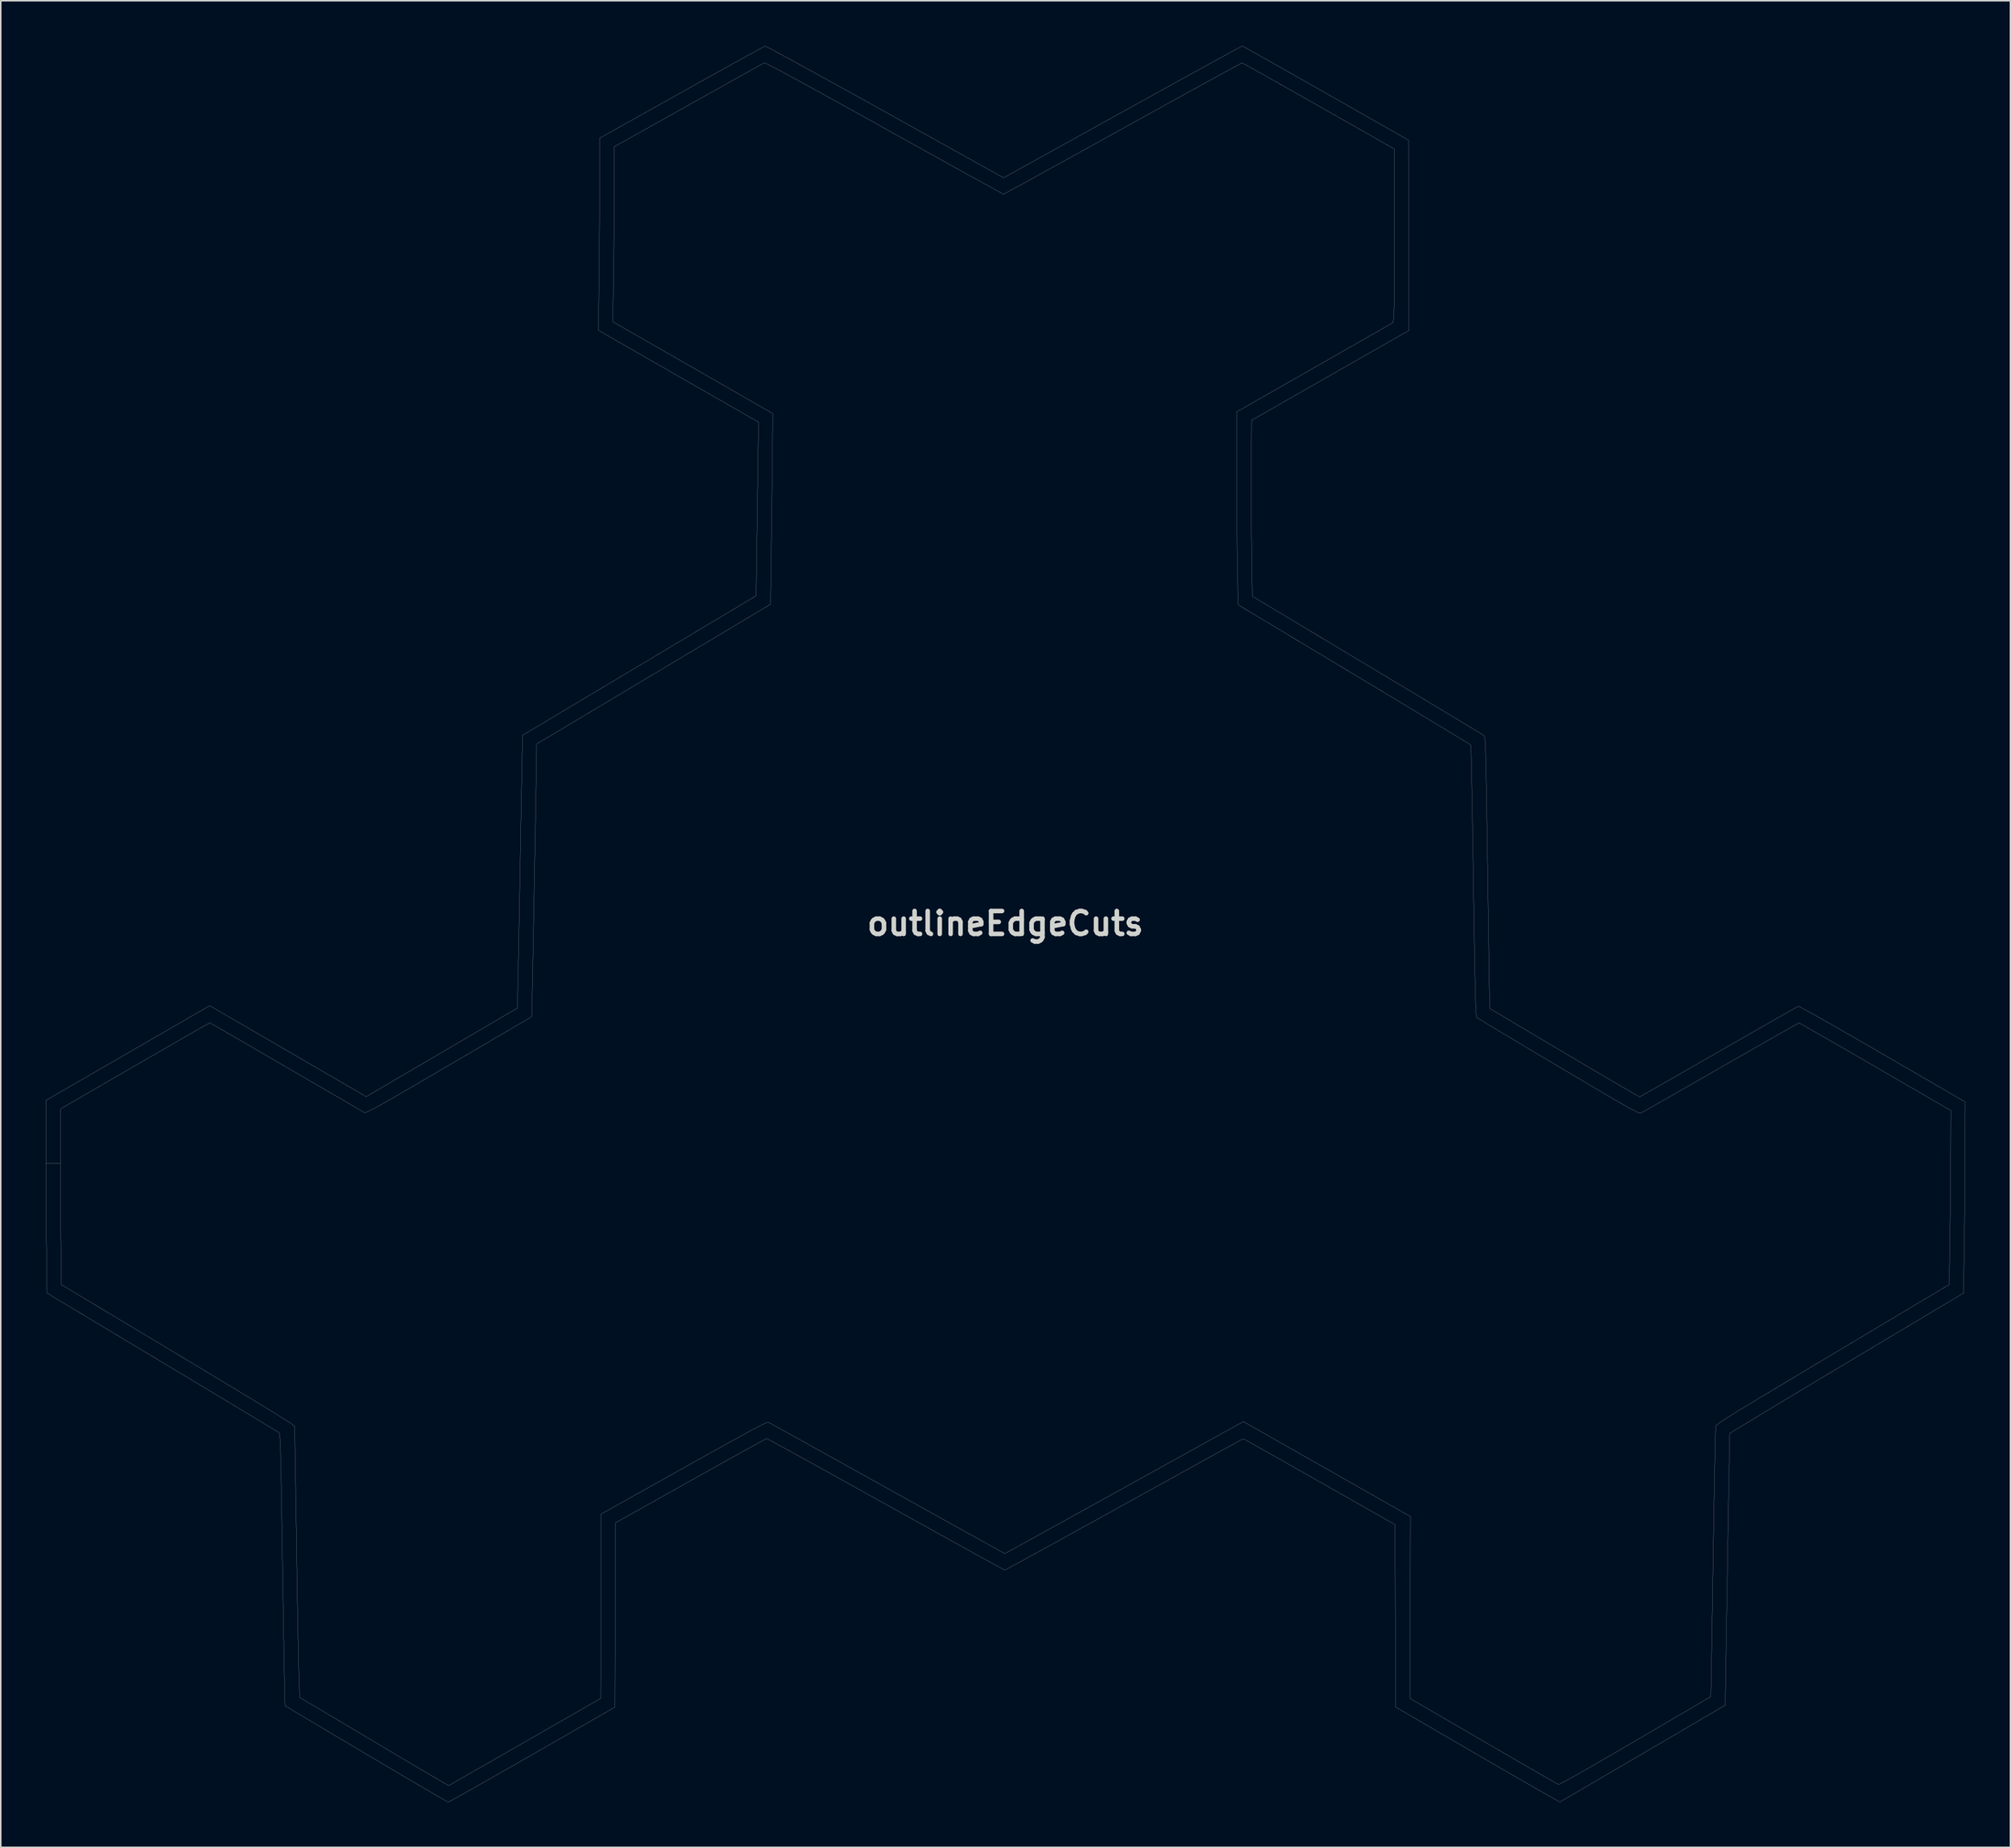
<source format=kicad_pcb>
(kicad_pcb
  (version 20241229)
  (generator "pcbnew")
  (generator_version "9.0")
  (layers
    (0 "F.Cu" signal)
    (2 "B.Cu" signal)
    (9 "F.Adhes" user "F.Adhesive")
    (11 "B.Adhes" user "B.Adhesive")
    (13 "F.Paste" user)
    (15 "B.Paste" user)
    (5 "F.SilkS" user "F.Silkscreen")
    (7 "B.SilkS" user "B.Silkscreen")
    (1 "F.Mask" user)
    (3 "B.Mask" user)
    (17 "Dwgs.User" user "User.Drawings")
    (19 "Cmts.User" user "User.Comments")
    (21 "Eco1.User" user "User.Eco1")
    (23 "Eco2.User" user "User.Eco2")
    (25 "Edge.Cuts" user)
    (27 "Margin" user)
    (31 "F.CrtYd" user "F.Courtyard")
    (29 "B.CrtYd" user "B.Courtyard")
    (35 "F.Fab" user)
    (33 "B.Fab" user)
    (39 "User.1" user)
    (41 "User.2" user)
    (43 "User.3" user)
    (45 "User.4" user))
  (footprint "outlineEdgeCuts"
    (layer "F.Cu")
    (at 63.688 58.296)
    (property "Reference" "outlineEdgeCuts" (at 0 0 0) (layer "Edge.Cuts") (effects (font (size 1.524 1.524) (thickness 0.3))))
    (attr through_hole)
    (fp_poly (pts (xy 15.79 -58.26) (xy 15.954 -58.17) (xy 16.213 -58.026) (xy 16.56 -57.831) (xy 16.988 -57.591) (xy 17.488 -57.309) (xy 18.054 -56.989) (xy 18.678 -56.636) (xy 19.352 -56.254) (xy 20.069 -55.847) (xy 20.821 -55.419) (xy 21.273 -55.162) (xy 26.765 -52.037) (xy 26.781 -45.717) (xy 26.798 -39.397) (xy 21.574 -36.413) (xy 16.351 -33.428) (xy 16.331 -30.637) (xy 16.328 -29.938) (xy 16.327 -29.145) (xy 16.328 -28.292) (xy 16.331 -27.41) (xy 16.337 -26.534) (xy 16.344 -25.695) (xy 16.353 -24.928) (xy 16.354 -24.793) (xy 16.398 -21.742) (xy 24.026 -17.161) (xy 24.931 -16.618) (xy 25.806 -16.091) (xy 26.647 -15.586) (xy 27.446 -15.106) (xy 28.197 -14.654) (xy 28.894 -14.234) (xy 29.531 -13.85) (xy 30.101 -13.506) (xy 30.599 -13.206) (xy 31.017 -12.954) (xy 31.35 -12.752) (xy 31.591 -12.605) (xy 31.734 -12.518) (xy 31.772 -12.493) (xy 31.789 -12.477) (xy 31.804 -12.45) (xy 31.818 -12.405) (xy 31.83 -12.337) (xy 31.842 -12.24) (xy 31.853 -12.106) (xy 31.864 -11.931) (xy 31.874 -11.707) (xy 31.884 -11.429) (xy 31.894 -11.09) (xy 31.904 -10.684) (xy 31.914 -10.205) (xy 31.925 -9.647) (xy 31.937 -9.004) (xy 31.949 -8.269) (xy 31.963 -7.436) (xy 31.977 -6.5) (xy 31.993 -5.453) (xy 32.011 -4.29) (xy 32.024 -3.383) (xy 32.158 5.64) (xy 37.108 8.583) (xy 37.834 9.014) (xy 38.529 9.425) (xy 39.186 9.813) (xy 39.797 10.172) (xy 40.353 10.498) (xy 40.847 10.787) (xy 41.272 11.033) (xy 41.62 11.233) (xy 41.882 11.381) (xy 42.051 11.474) (xy 42.119 11.506) (xy 42.12 11.506) (xy 42.183 11.473) (xy 42.348 11.38) (xy 42.608 11.233) (xy 42.955 11.036) (xy 43.381 10.793) (xy 43.878 10.509) (xy 44.44 10.188) (xy 45.057 9.834) (xy 45.723 9.452) (xy 46.43 9.047) (xy 47.169 8.623) (xy 47.367 8.509) (xy 48.114 8.08) (xy 48.832 7.668) (xy 49.511 7.279) (xy 50.144 6.917) (xy 50.723 6.586) (xy 51.241 6.29) (xy 51.69 6.034) (xy 52.062 5.823) (xy 52.349 5.661) (xy 52.543 5.552) (xy 52.637 5.501) (xy 52.644 5.497) (xy 52.711 5.524) (xy 52.881 5.61) (xy 53.146 5.753) (xy 53.499 5.948) (xy 53.934 6.191) (xy 54.442 6.478) (xy 55.017 6.805) (xy 55.653 7.168) (xy 56.34 7.564) (xy 57.074 7.987) (xy 57.846 8.434) (xy 58.23 8.656) (xy 63.722 11.849) (xy 63.712 15.275) (xy 63.709 16.055) (xy 63.704 16.905) (xy 63.698 17.795) (xy 63.691 18.695) (xy 63.682 19.577) (xy 63.673 20.411) (xy 63.664 21.167) (xy 63.657 21.624) (xy 63.612 24.547) (xy 55.866 29.177) (xy 54.955 29.722) (xy 54.075 30.249) (xy 53.231 30.755) (xy 52.43 31.237) (xy 51.677 31.69) (xy 50.979 32.111) (xy 50.341 32.496) (xy 49.771 32.842) (xy 49.274 33.144) (xy 48.856 33.399) (xy 48.524 33.603) (xy 48.283 33.753) (xy 48.14 33.845) (xy 48.1 33.874) (xy 48.097 33.945) (xy 48.092 34.135) (xy 48.085 34.437) (xy 48.076 34.845) (xy 48.066 35.351) (xy 48.055 35.948) (xy 48.043 36.629) (xy 48.029 37.386) (xy 48.015 38.212) (xy 47.999 39.101) (xy 47.983 40.044) (xy 47.967 41.035) (xy 47.95 42.066) (xy 47.936 42.931) (xy 47.791 51.922) (xy 42.332 55.123) (xy 41.568 55.571) (xy 40.835 56.001) (xy 40.139 56.409) (xy 39.49 56.789) (xy 38.893 57.138) (xy 38.357 57.452) (xy 37.889 57.725) (xy 37.496 57.955) (xy 37.187 58.135) (xy 36.967 58.263) (xy 36.845 58.333) (xy 36.822 58.345) (xy 36.761 58.317) (xy 36.598 58.229) (xy 36.34 58.085) (xy 35.995 57.89) (xy 35.57 57.649) (xy 35.073 57.364) (xy 34.51 57.041) (xy 33.891 56.684) (xy 33.222 56.298) (xy 32.51 55.885) (xy 31.763 55.452) (xy 31.339 55.205) (xy 25.909 52.045) (xy 25.876 39.929) (xy 20.862 37.078) (xy 20.127 36.66) (xy 19.424 36.261) (xy 18.76 35.885) (xy 18.143 35.536) (xy 17.581 35.219) (xy 17.081 34.937) (xy 16.653 34.697) (xy 16.302 34.501) (xy 16.038 34.354) (xy 15.869 34.261) (xy 15.801 34.227) (xy 15.8 34.227) (xy 15.74 34.257) (xy 15.575 34.345) (xy 15.312 34.488) (xy 14.957 34.683) (xy 14.515 34.925) (xy 13.995 35.211) (xy 13.4 35.539) (xy 12.739 35.903) (xy 12.018 36.302) (xy 11.242 36.731) (xy 10.418 37.187) (xy 9.552 37.666) (xy 8.651 38.166) (xy 7.892 38.586) (xy 6.966 39.1) (xy 6.071 39.596) (xy 5.211 40.071) (xy 4.395 40.522) (xy 3.627 40.946) (xy 2.915 41.339) (xy 2.265 41.697) (xy 1.682 42.017) (xy 1.174 42.296) (xy 0.746 42.529) (xy 0.406 42.714) (xy 0.158 42.847) (xy 0.011 42.925) (xy -0.032 42.945) (xy -0.094 42.915) (xy -0.26 42.826) (xy -0.525 42.682) (xy -0.882 42.487) (xy -1.324 42.244) (xy -1.846 41.956) (xy -2.441 41.627) (xy -3.102 41.261) (xy -3.824 40.861) (xy -4.6 40.43) (xy -5.424 39.972) (xy -6.289 39.491) (xy -7.189 38.99) (xy -7.933 38.575) (xy -8.857 38.06) (xy -9.751 37.563) (xy -10.609 37.086) (xy -11.424 36.633) (xy -12.19 36.208) (xy -12.901 35.815) (xy -13.55 35.456) (xy -14.131 35.136) (xy -14.638 34.857) (xy -15.064 34.623) (xy -15.404 34.438) (xy -15.65 34.305) (xy -15.797 34.228) (xy -15.839 34.209) (xy -15.903 34.24) (xy -16.07 34.328) (xy -16.332 34.471) (xy -16.68 34.662) (xy -17.108 34.898) (xy -17.606 35.174) (xy -18.167 35.486) (xy -18.784 35.829) (xy -19.447 36.2) (xy -20.15 36.593) (xy -20.884 37.004) (xy -20.892 37.009) (xy -25.876 39.806) (xy -25.892 45.926) (xy -25.909 52.047) (xy -31.403 55.202) (xy -32.173 55.643) (xy -32.912 56.066) (xy -33.613 56.466) (xy -34.268 56.84) (xy -34.871 57.182) (xy -35.413 57.489) (xy -35.887 57.757) (xy -36.285 57.98) (xy -36.601 58.156) (xy -36.825 58.279) (xy -36.952 58.346) (xy -36.978 58.356) (xy -37.043 58.325) (xy -37.209 58.232) (xy -37.469 58.084) (xy -37.816 57.883) (xy -38.242 57.635) (xy -38.74 57.344) (xy -39.302 57.015) (xy -39.92 56.651) (xy -40.587 56.257) (xy -41.295 55.838) (xy -42.038 55.398) (xy -42.421 55.17) (xy -43.177 54.721) (xy -43.901 54.291) (xy -44.588 53.883) (xy -45.228 53.502) (xy -45.815 53.153) (xy -46.34 52.84) (xy -46.798 52.567) (xy -47.18 52.34) (xy -47.479 52.161) (xy -47.687 52.037) (xy -47.797 51.97) (xy -47.814 51.96) (xy -47.818 51.895) (xy -47.824 51.71) (xy -47.832 51.412) (xy -47.841 51.009) (xy -47.851 50.508) (xy -47.863 49.915) (xy -47.875 49.238) (xy -47.889 48.484) (xy -47.903 47.661) (xy -47.918 46.775) (xy -47.933 45.833) (xy -47.949 44.844) (xy -47.965 43.813) (xy -47.979 42.913) (xy -47.998 41.65) (xy -48.016 40.508) (xy -48.032 39.482) (xy -48.047 38.564) (xy -48.06 37.749) (xy -48.073 37.032) (xy -48.086 36.406) (xy -48.097 35.864) (xy -48.108 35.402) (xy -48.119 35.013) (xy -48.13 34.691) (xy -48.14 34.431) (xy -48.151 34.226) (xy -48.162 34.069) (xy -48.174 33.956) (xy -48.186 33.881) (xy -48.199 33.837) (xy -48.211 33.818) (xy -48.276 33.778) (xy -48.444 33.676) (xy -48.708 33.516) (xy -49.062 33.301) (xy -49.5 33.037) (xy -50.015 32.726) (xy -50.602 32.372) (xy -51.254 31.979) (xy -51.965 31.551) (xy -52.729 31.091) (xy -53.539 30.604) (xy -54.389 30.093) (xy -55.272 29.561) (xy -55.96 29.148) (xy -63.612 24.548) (xy -63.656 21.243) (xy -63.664 20.46) (xy -63.672 19.594) (xy -63.677 18.677) (xy -63.681 17.743) (xy -63.683 16.824) (xy -63.683 15.952) (xy -63.683 15.939) (xy -62.731 15.939) (xy -62.73 16.681) (xy -62.728 17.475) (xy -62.723 18.294) (xy -62.718 19.114) (xy -62.71 19.909) (xy -62.703 20.55) (xy -62.66 23.987) (xy -54.92 28.635) (xy -53.69 29.374) (xy -52.569 30.05) (xy -51.556 30.662) (xy -50.65 31.211) (xy -49.85 31.697) (xy -49.157 32.121) (xy -48.568 32.483) (xy -48.085 32.784) (xy -47.704 33.024) (xy -47.427 33.204) (xy -47.252 33.324) (xy -47.179 33.384) (xy -47.176 33.39) (xy -47.175 33.465) (xy -47.171 33.659) (xy -47.166 33.967) (xy -47.159 34.379) (xy -47.151 34.889) (xy -47.142 35.49) (xy -47.131 36.174) (xy -47.119 36.935) (xy -47.106 37.764) (xy -47.092 38.654) (xy -47.077 39.599) (xy -47.062 40.591) (xy -47.046 41.622) (xy -47.033 42.445) (xy -47.011 43.799) (xy -46.991 45.05) (xy -46.971 46.195) (xy -46.952 47.233) (xy -46.933 48.161) (xy -46.916 48.978) (xy -46.9 49.68) (xy -46.884 50.266) (xy -46.87 50.735) (xy -46.857 51.083) (xy -46.845 51.309) (xy -46.834 51.411) (xy -46.831 51.417) (xy -46.768 51.452) (xy -46.604 51.548) (xy -46.347 51.699) (xy -46.004 51.902) (xy -45.584 52.151) (xy -45.093 52.442) (xy -44.541 52.77) (xy -43.935 53.131) (xy -43.282 53.519) (xy -42.59 53.931) (xy -41.878 54.355) (xy -41.158 54.785) (xy -40.468 55.195) (xy -39.817 55.581) (xy -39.214 55.938) (xy -38.665 56.263) (xy -38.178 56.55) (xy -37.761 56.794) (xy -37.422 56.992) (xy -37.169 57.138) (xy -37.009 57.228) (xy -36.951 57.258) (xy -36.892 57.225) (xy -36.73 57.133) (xy -36.474 56.987) (xy -36.131 56.792) (xy -35.709 56.55) (xy -35.216 56.268) (xy -34.66 55.949) (xy -34.048 55.598) (xy -33.388 55.219) (xy -32.688 54.818) (xy -31.956 54.397) (xy -31.887 54.357) (xy -26.861 51.469) (xy -26.829 39.224) (xy -21.34 36.149) (xy -20.43 35.639) (xy -19.624 35.188) (xy -18.916 34.793) (xy -18.299 34.45) (xy -17.767 34.156) (xy -17.314 33.907) (xy -16.933 33.7) (xy -16.617 33.531) (xy -16.361 33.398) (xy -16.157 33.295) (xy -16 33.222) (xy -15.883 33.172) (xy -15.8 33.145) (xy -15.744 33.135) (xy -15.708 33.139) (xy -15.706 33.14) (xy -15.634 33.179) (xy -15.457 33.275) (xy -15.183 33.427) (xy -14.817 33.629) (xy -14.365 33.879) (xy -13.835 34.173) (xy -13.233 34.508) (xy -12.565 34.879) (xy -11.838 35.283) (xy -11.057 35.718) (xy -10.23 36.178) (xy -9.363 36.661) (xy -8.463 37.162) (xy -7.809 37.527) (xy -6.891 38.038) (xy -6.003 38.533) (xy -5.152 39.006) (xy -4.345 39.456) (xy -3.587 39.877) (xy -2.884 40.268) (xy -2.244 40.623) (xy -1.672 40.941) (xy -1.175 41.216) (xy -0.759 41.446) (xy -0.43 41.628) (xy -0.195 41.757) (xy -0.06 41.83) (xy -0.028 41.846) (xy 0.03 41.816) (xy 0.193 41.728) (xy 0.454 41.585) (xy 0.808 41.39) (xy 1.247 41.148) (xy 1.767 40.862) (xy 2.359 40.534) (xy 3.019 40.17) (xy 3.74 39.771) (xy 4.516 39.342) (xy 5.34 38.885) (xy 6.206 38.405) (xy 7.109 37.905) (xy 7.904 37.464) (xy 15.806 33.082) (xy 21.349 36.233) (xy 26.892 39.385) (xy 26.876 45.427) (xy 26.859 51.468) (xy 31.733 54.306) (xy 32.457 54.727) (xy 33.151 55.13) (xy 33.806 55.51) (xy 34.416 55.863) (xy 34.971 56.184) (xy 35.464 56.469) (xy 35.886 56.713) (xy 36.231 56.911) (xy 36.489 57.058) (xy 36.653 57.151) (xy 36.714 57.183) (xy 36.787 57.16) (xy 36.963 57.075) (xy 37.241 56.928) (xy 37.624 56.717) (xy 38.111 56.443) (xy 38.704 56.105) (xy 39.402 55.702) (xy 40.207 55.235) (xy 41.12 54.703) (xy 41.826 54.289) (xy 42.556 53.861) (xy 43.255 53.452) (xy 43.914 53.065) (xy 44.525 52.707) (xy 45.082 52.38) (xy 45.576 52.09) (xy 46 51.841) (xy 46.345 51.638) (xy 46.605 51.485) (xy 46.772 51.387) (xy 46.837 51.348) (xy 46.838 51.348) (xy 46.84 51.284) (xy 46.843 51.101) (xy 46.849 50.806) (xy 46.856 50.405) (xy 46.864 49.906) (xy 46.874 49.316) (xy 46.886 48.642) (xy 46.898 47.891) (xy 46.911 47.072) (xy 46.926 46.19) (xy 46.941 45.253) (xy 46.956 44.268) (xy 46.973 43.243) (xy 46.985 42.481) (xy 47.002 41.428) (xy 47.018 40.407) (xy 47.035 39.427) (xy 47.051 38.494) (xy 47.066 37.617) (xy 47.081 36.802) (xy 47.094 36.057) (xy 47.107 35.39) (xy 47.119 34.807) (xy 47.129 34.317) (xy 47.138 33.926) (xy 47.145 33.643) (xy 47.151 33.473) (xy 47.154 33.427) (xy 47.162 33.398) (xy 47.181 33.364) (xy 47.216 33.322) (xy 47.274 33.27) (xy 47.358 33.204) (xy 47.475 33.12) (xy 47.629 33.015) (xy 47.827 32.887) (xy 48.072 32.731) (xy 48.371 32.545) (xy 48.728 32.325) (xy 49.15 32.068) (xy 49.641 31.771) (xy 50.206 31.43) (xy 50.851 31.042) (xy 51.582 30.604) (xy 52.402 30.112) (xy 53.319 29.564) (xy 54.336 28.955) (xy 54.921 28.606) (xy 62.66 23.98) (xy 62.703 21.245) (xy 62.713 20.56) (xy 62.722 19.781) (xy 62.731 18.939) (xy 62.74 18.068) (xy 62.747 17.201) (xy 62.753 16.369) (xy 62.757 15.606) (xy 62.758 15.466) (xy 62.77 12.422) (xy 57.759 9.513) (xy 57.027 9.088) (xy 56.325 8.682) (xy 55.662 8.298) (xy 55.046 7.943) (xy 54.485 7.619) (xy 53.985 7.333) (xy 53.556 7.087) (xy 53.205 6.887) (xy 52.939 6.736) (xy 52.767 6.641) (xy 52.696 6.604) (xy 52.695 6.604) (xy 52.633 6.635) (xy 52.469 6.725) (xy 52.211 6.869) (xy 51.865 7.064) (xy 51.441 7.305) (xy 50.945 7.586) (xy 50.385 7.905) (xy 49.769 8.257) (xy 49.105 8.637) (xy 48.401 9.04) (xy 47.664 9.463) (xy 47.5 9.557) (xy 46.754 9.985) (xy 46.037 10.397) (xy 45.358 10.786) (xy 44.723 11.149) (xy 44.141 11.482) (xy 43.62 11.78) (xy 43.168 12.037) (xy 42.793 12.25) (xy 42.503 12.415) (xy 42.305 12.526) (xy 42.208 12.579) (xy 42.201 12.582) (xy 42.169 12.59) (xy 42.123 12.588) (xy 42.058 12.57) (xy 41.967 12.535) (xy 41.843 12.477) (xy 41.68 12.393) (xy 41.47 12.281) (xy 41.209 12.135) (xy 40.889 11.952) (xy 40.504 11.729) (xy 40.047 11.461) (xy 39.511 11.146) (xy 38.891 10.78) (xy 38.179 10.359) (xy 37.37 9.878) (xy 36.722 9.493) (xy 35.967 9.045) (xy 35.242 8.613) (xy 34.555 8.204) (xy 33.913 7.82) (xy 33.324 7.468) (xy 32.796 7.151) (xy 32.335 6.874) (xy 31.949 6.641) (xy 31.647 6.458) (xy 31.436 6.328) (xy 31.322 6.256) (xy 31.306 6.244) (xy 31.292 6.219) (xy 31.279 6.166) (xy 31.267 6.078) (xy 31.256 5.951) (xy 31.245 5.778) (xy 31.234 5.553) (xy 31.223 5.27) (xy 31.212 4.923) (xy 31.201 4.507) (xy 31.19 4.014) (xy 31.178 3.44) (xy 31.166 2.779) (xy 31.152 2.023) (xy 31.138 1.168) (xy 31.122 0.208) (xy 31.106 -0.864) (xy 31.087 -2.054) (xy 31.076 -2.82) (xy 31.06 -3.878) (xy 31.044 -4.902) (xy 31.028 -5.883) (xy 31.012 -6.815) (xy 30.997 -7.691) (xy 30.983 -8.504) (xy 30.969 -9.245) (xy 30.956 -9.909) (xy 30.944 -10.488) (xy 30.934 -10.974) (xy 30.924 -11.361) (xy 30.916 -11.641) (xy 30.91 -11.807) (xy 30.906 -11.853) (xy 30.849 -11.892) (xy 30.688 -11.992) (xy 30.431 -12.15) (xy 30.084 -12.363) (xy 29.652 -12.625) (xy 29.143 -12.935) (xy 28.561 -13.287) (xy 27.914 -13.679) (xy 27.207 -14.106) (xy 26.446 -14.565) (xy 25.639 -15.052) (xy 24.79 -15.563) (xy 23.906 -16.094) (xy 23.16 -16.543) (xy 15.449 -21.176) (xy 15.408 -23.621) (xy 15.4 -24.155) (xy 15.392 -24.793) (xy 15.385 -25.516) (xy 15.378 -26.3) (xy 15.372 -27.124) (xy 15.367 -27.966) (xy 15.363 -28.805) (xy 15.36 -29.619) (xy 15.36 -30.025) (xy 15.352 -33.982) (xy 20.551 -36.953) (xy 25.749 -39.923) (xy 25.797 -40.583) (xy 25.804 -40.751) (xy 25.811 -41.034) (xy 25.817 -41.423) (xy 25.822 -41.904) (xy 25.826 -42.468) (xy 25.829 -43.103) (xy 25.831 -43.798) (xy 25.831 -44.541) (xy 25.831 -45.322) (xy 25.829 -46.13) (xy 25.829 -46.35) (xy 25.813 -51.457) (xy 20.796 -54.312) (xy 20.061 -54.73) (xy 19.357 -55.129) (xy 18.692 -55.506) (xy 18.074 -55.856) (xy 17.51 -56.174) (xy 17.009 -56.455) (xy 16.578 -56.697) (xy 16.226 -56.893) (xy 15.96 -57.04) (xy 15.787 -57.133) (xy 15.717 -57.168) (xy 15.716 -57.168) (xy 15.654 -57.138) (xy 15.487 -57.049) (xy 15.222 -56.906) (xy 14.865 -56.712) (xy 14.422 -56.469) (xy 13.9 -56.183) (xy 13.304 -55.855) (xy 12.642 -55.491) (xy 11.919 -55.092) (xy 11.142 -54.663) (xy 10.317 -54.207) (xy 9.451 -53.727) (xy 8.549 -53.228) (xy 7.795 -52.809) (xy 6.87 -52.296) (xy 5.974 -51.8) (xy 5.116 -51.325) (xy 4.3 -50.873) (xy 3.533 -50.45) (xy 2.822 -50.057) (xy 2.172 -49.699) (xy 1.591 -49.379) (xy 1.083 -49.1) (xy 0.657 -48.867) (xy 0.317 -48.682) (xy 0.071 -48.548) (xy -0.075 -48.471) (xy -0.117 -48.451) (xy -0.178 -48.481) (xy -0.343 -48.57) (xy -0.607 -48.713) (xy -0.963 -48.909) (xy -1.404 -49.152) (xy -1.925 -49.439) (xy -2.52 -49.768) (xy -3.181 -50.134) (xy -3.902 -50.535) (xy -4.678 -50.965) (xy -5.502 -51.423) (xy -6.368 -51.905) (xy -7.269 -52.406) (xy -8.038 -52.835) (xy -9.223 -53.495) (xy -10.3 -54.094) (xy -11.274 -54.634) (xy -12.146 -55.117) (xy -12.92 -55.544) (xy -13.6 -55.917) (xy -14.188 -56.238) (xy -14.688 -56.508) (xy -15.103 -56.73) (xy -15.436 -56.904) (xy -15.69 -57.033) (xy -15.868 -57.119) (xy -15.974 -57.163) (xy -16.009 -57.169) (xy -16.078 -57.131) (xy -16.251 -57.035) (xy -16.518 -56.887) (xy -16.871 -56.69) (xy -17.303 -56.448) (xy -17.806 -56.168) (xy -18.37 -55.852) (xy -18.989 -55.505) (xy -19.654 -55.133) (xy -20.357 -54.739) (xy -21.041 -54.356) (xy -25.97 -51.594) (xy -25.971 -48.445) (xy -25.972 -47.697) (xy -25.975 -46.882) (xy -25.979 -46.03) (xy -25.985 -45.172) (xy -25.992 -44.338) (xy -26 -43.559) (xy -26.009 -42.866) (xy -26.012 -42.635) (xy -26.053 -39.973) (xy -20.758 -36.933) (xy -20.004 -36.5) (xy -19.281 -36.085) (xy -18.598 -35.693) (xy -17.962 -35.327) (xy -17.38 -34.992) (xy -16.86 -34.693) (xy -16.409 -34.434) (xy -16.035 -34.219) (xy -15.746 -34.052) (xy -15.549 -33.938) (xy -15.452 -33.881) (xy -15.442 -33.876) (xy -15.44 -33.811) (xy -15.44 -33.628) (xy -15.441 -33.335) (xy -15.443 -32.941) (xy -15.447 -32.454) (xy -15.453 -31.883) (xy -15.459 -31.236) (xy -15.467 -30.522) (xy -15.475 -29.749) (xy -15.485 -28.926) (xy -15.495 -28.062) (xy -15.502 -27.534) (xy -15.582 -21.21) (xy -23.348 -16.567) (xy -31.115 -11.923) (xy -31.116 -11.534) (xy -31.118 -11.364) (xy -31.121 -11.083) (xy -31.127 -10.701) (xy -31.134 -10.226) (xy -31.143 -9.667) (xy -31.154 -9.033) (xy -31.166 -8.333) (xy -31.179 -7.575) (xy -31.194 -6.768) (xy -31.209 -5.921) (xy -31.225 -5.042) (xy -31.241 -4.141) (xy -31.258 -3.226) (xy -31.275 -2.306) (xy -31.292 -1.39) (xy -31.309 -0.486) (xy -31.326 0.397) (xy -31.342 1.249) (xy -31.357 2.063) (xy -31.372 2.828) (xy -31.386 3.538) (xy -31.399 4.182) (xy -31.411 4.753) (xy -31.421 5.241) (xy -31.43 5.637) (xy -31.437 5.933) (xy -31.442 6.12) (xy -31.445 6.19) (xy -31.445 6.19) (xy -31.501 6.223) (xy -31.66 6.317) (xy -31.913 6.466) (xy -32.254 6.666) (xy -32.675 6.913) (xy -33.169 7.203) (xy -33.728 7.531) (xy -34.345 7.893) (xy -35.013 8.284) (xy -35.724 8.701) (xy -36.471 9.139) (xy -36.948 9.418) (xy -37.847 9.945) (xy -38.644 10.41) (xy -39.343 10.819) (xy -39.953 11.174) (xy -40.479 11.478) (xy -40.927 11.737) (xy -41.304 11.952) (xy -41.617 12.127) (xy -41.872 12.267) (xy -42.075 12.375) (xy -42.233 12.454) (xy -42.352 12.508) (xy -42.439 12.54) (xy -42.499 12.555) (xy -42.54 12.555) (xy -42.568 12.544) (xy -42.642 12.5) (xy -42.817 12.397) (xy -43.087 12.239) (xy -43.442 12.032) (xy -43.876 11.779) (xy -44.38 11.486) (xy -44.945 11.156) (xy -45.565 10.795) (xy -46.232 10.408) (xy -46.936 9.998) (xy -47.671 9.571) (xy -47.749 9.525) (xy -52.795 6.593) (xy -52.988 6.689) (xy -53.071 6.735) (xy -53.256 6.84) (xy -53.534 6.999) (xy -53.896 7.207) (xy -54.336 7.46) (xy -54.843 7.752) (xy -55.411 8.079) (xy -56.029 8.437) (xy -56.692 8.82) (xy -57.389 9.223) (xy -57.944 9.544) (xy -62.706 12.303) (xy -62.726 14.708) (xy -62.73 15.273) (xy -62.731 15.939) (xy -63.683 15.939) (xy -63.681 15.159) (xy -63.679 14.833) (xy -63.659 11.728) (xy -58.238 8.593) (xy -52.817 5.458) (xy -52.555 5.609) (xy -52.462 5.663) (xy -52.267 5.776) (xy -51.979 5.943) (xy -51.607 6.16) (xy -51.158 6.421) (xy -50.64 6.721) (xy -50.063 7.057) (xy -49.434 7.423) (xy -48.762 7.813) (xy -48.055 8.224) (xy -47.359 8.629) (xy -42.425 11.498) (xy -37.421 8.566) (xy -36.69 8.137) (xy -35.991 7.727) (xy -35.331 7.341) (xy -34.719 6.981) (xy -34.161 6.654) (xy -33.665 6.363) (xy -33.24 6.113) (xy -32.893 5.909) (xy -32.631 5.755) (xy -32.463 5.655) (xy -32.395 5.615) (xy -32.394 5.615) (xy -32.391 5.55) (xy -32.385 5.366) (xy -32.377 5.069) (xy -32.368 4.668) (xy -32.357 4.169) (xy -32.345 3.579) (xy -32.331 2.906) (xy -32.316 2.158) (xy -32.301 1.34) (xy -32.284 0.462) (xy -32.267 -0.47) (xy -32.249 -1.448) (xy -32.231 -2.466) (xy -32.221 -3.028) (xy -32.203 -4.072) (xy -32.185 -5.087) (xy -32.168 -6.063) (xy -32.151 -6.995) (xy -32.135 -7.872) (xy -32.12 -8.689) (xy -32.106 -9.437) (xy -32.093 -10.109) (xy -32.082 -10.696) (xy -32.073 -11.19) (xy -32.065 -11.585) (xy -32.059 -11.872) (xy -32.054 -12.043) (xy -32.053 -12.082) (xy -32.036 -12.511) (xy -24.289 -17.142) (xy -16.542 -21.773) (xy -16.502 -24.777) (xy -16.492 -25.522) (xy -16.481 -26.346) (xy -16.469 -27.213) (xy -16.457 -28.092) (xy -16.445 -28.948) (xy -16.434 -29.749) (xy -16.424 -30.46) (xy -16.423 -30.544) (xy -16.383 -33.306) (xy -21.696 -36.354) (xy -27.008 -39.402) (xy -26.966 -43.815) (xy -26.959 -44.62) (xy -26.952 -45.439) (xy -26.945 -46.256) (xy -26.94 -47.053) (xy -26.934 -47.812) (xy -26.93 -48.516) (xy -26.927 -49.149) (xy -26.925 -49.692) (xy -26.924 -50.129) (xy -26.924 -50.2) (xy -26.924 -52.172) (xy -21.489 -55.217) (xy -20.721 -55.646) (xy -19.983 -56.059) (xy -19.283 -56.449) (xy -18.628 -56.813) (xy -18.027 -57.146) (xy -17.486 -57.445) (xy -17.015 -57.705) (xy -16.619 -57.922) (xy -16.307 -58.092) (xy -16.087 -58.209) (xy -15.966 -58.271) (xy -15.946 -58.28) (xy -15.879 -58.252) (xy -15.707 -58.165) (xy -15.437 -58.023) (xy -15.075 -57.83) (xy -14.628 -57.588) (xy -14.102 -57.302) (xy -13.503 -56.974) (xy -12.838 -56.609) (xy -12.112 -56.21) (xy -11.333 -55.78) (xy -10.506 -55.323) (xy -9.638 -54.841) (xy -8.736 -54.34) (xy -7.977 -53.917) (xy -0.115 -49.535) (xy 7.781 -53.914) (xy 8.709 -54.429) (xy 9.606 -54.926) (xy 10.467 -55.402) (xy 11.285 -55.854) (xy 12.055 -56.279) (xy 12.768 -56.673) (xy 13.42 -57.032) (xy 14.004 -57.353) (xy 14.514 -57.633) (xy 14.943 -57.868) (xy 15.285 -58.055) (xy 15.534 -58.19) (xy 15.684 -58.269) (xy 15.728 -58.291) (xy 15.79 -58.26)) (stroke (width 0.01) (type solid)) (fill no) (layer "Edge.Cuts")))
  (gr_rect
    (start -3 -3)
    (end 130.415 119.657)
    (stroke (width 0.1) (type default))
    (fill no)
    (layer "Edge.Cuts")))
</source>
